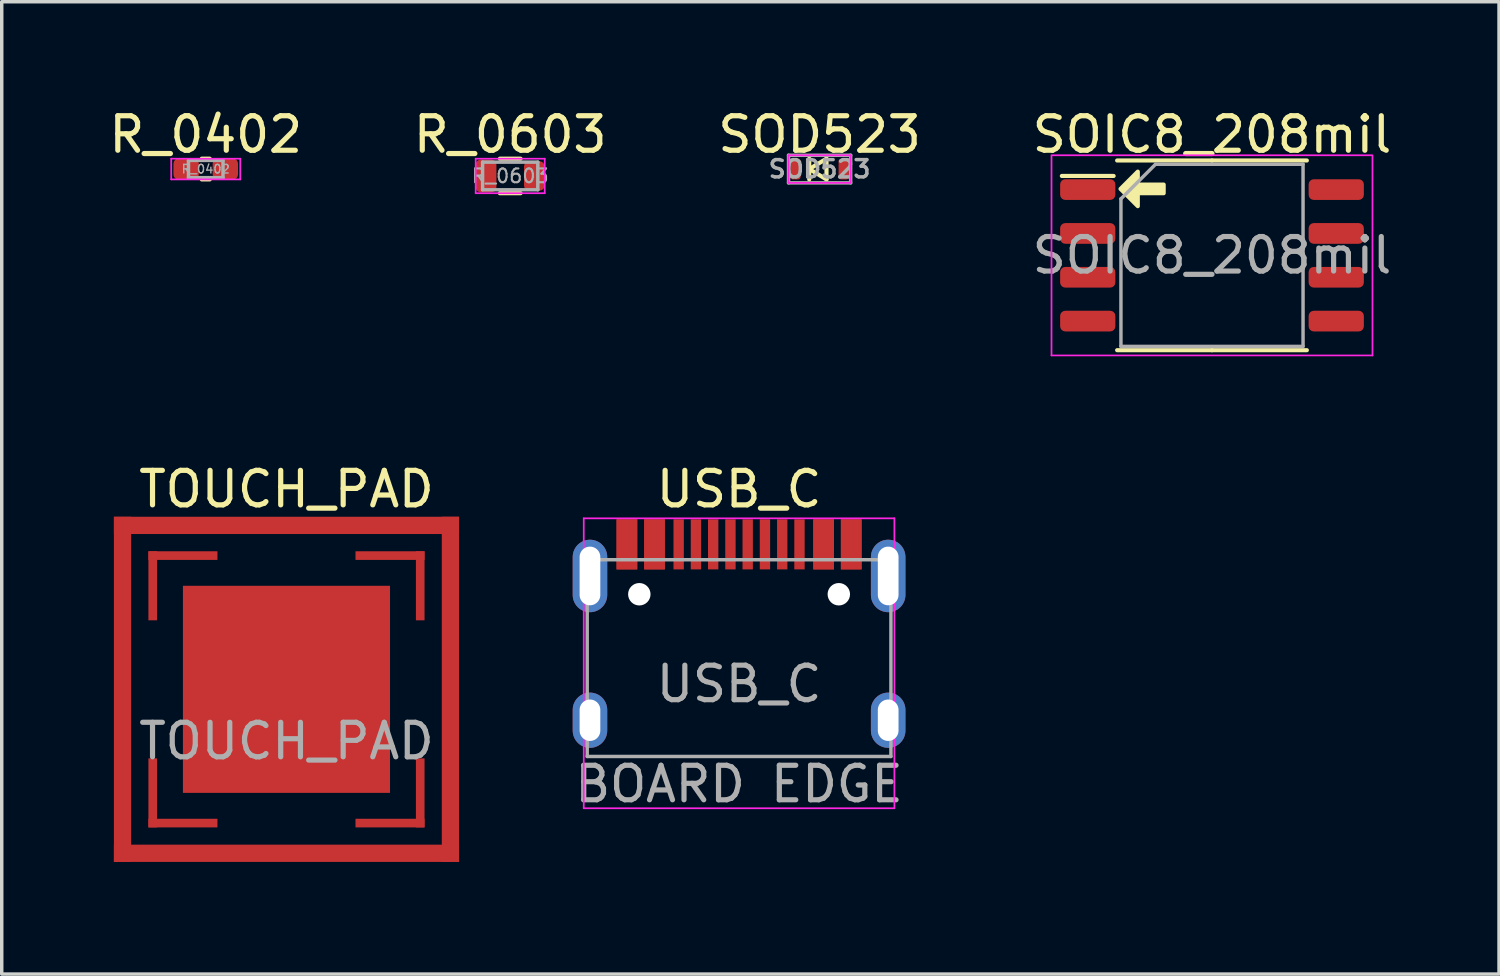
<source format=kicad_pcb>
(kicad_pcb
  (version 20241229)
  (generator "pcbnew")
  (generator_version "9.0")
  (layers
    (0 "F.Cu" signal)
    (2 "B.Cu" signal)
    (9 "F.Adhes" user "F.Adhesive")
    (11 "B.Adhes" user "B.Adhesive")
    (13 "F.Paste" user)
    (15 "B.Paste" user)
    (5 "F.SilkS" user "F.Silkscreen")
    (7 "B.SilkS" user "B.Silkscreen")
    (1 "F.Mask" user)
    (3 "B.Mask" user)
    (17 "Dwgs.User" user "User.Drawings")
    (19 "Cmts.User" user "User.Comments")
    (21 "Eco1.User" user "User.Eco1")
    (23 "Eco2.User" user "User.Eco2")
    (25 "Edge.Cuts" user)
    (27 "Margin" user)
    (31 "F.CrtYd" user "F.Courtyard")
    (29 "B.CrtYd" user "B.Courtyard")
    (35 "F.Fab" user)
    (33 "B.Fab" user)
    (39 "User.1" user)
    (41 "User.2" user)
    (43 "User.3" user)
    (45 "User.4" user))
  (footprint "R_0402"
    (layer "F.Cu")
    (at 2.911 1.848)
    (property "Reference" "R_0402" (at 0 -1 0) (unlocked yes) (layer "F.SilkS") (effects (font (size 1 1) (thickness 0.15))))
    (attr smd)
    (fp_line (start -0.116 -0.3) (end 0.116 -0.3) (stroke (width 0.12) (type solid)) (layer "F.SilkS"))
    (fp_line (start -0.116 0.3) (end 0.116 0.3) (stroke (width 0.12) (type solid)) (layer "F.SilkS"))
    (fp_line (start -1 -0.3) (end 1 -0.3) (stroke (width 0.05) (type solid)) (layer "F.CrtYd"))
    (fp_line (start -1 0.3) (end -1 -0.3) (stroke (width 0.05) (type solid)) (layer "F.CrtYd"))
    (fp_line (start 1 -0.3) (end 1 0.3) (stroke (width 0.05) (type solid)) (layer "F.CrtYd"))
    (fp_line (start 1 0.3) (end -1 0.3) (stroke (width 0.05) (type solid)) (layer "F.CrtYd"))
    (fp_line (start -0.5 -0.25) (end 0.5 -0.25) (stroke (width 0.1) (type solid)) (layer "F.Fab"))
    (fp_line (start -0.5 0.25) (end -0.5 -0.25) (stroke (width 0.1) (type solid)) (layer "F.Fab"))
    (fp_line (start 0.5 -0.25) (end 0.5 0.25) (stroke (width 0.1) (type solid)) (layer "F.Fab"))
    (fp_line (start 0.5 0.25) (end -0.5 0.25) (stroke (width 0.1) (type solid)) (layer "F.Fab"))
    (fp_text user "${REFERENCE}" (at 0 0 0) (layer "F.Fab") (effects (font (size 0.25 0.25) (thickness 0.04))))
    (pad "1" smd roundrect (at -0.568 0) (size 0.735 0.62) (layers "F.Cu" "F.Mask" "F.Paste") (roundrect_rratio 0.25))
    (pad "2" smd roundrect (at 0.568 0) (size 0.735 0.62) (layers "F.Cu" "F.Mask" "F.Paste") (roundrect_rratio 0.25)))
  (footprint "SOIC8_208mil"
    (layer "F.Cu")
    (at 32.065 4.348)
    (property "Reference" "SOIC8_208mil" (at 0 -3.5 0) (unlocked yes) (layer "F.SilkS") (effects (font (size 1 1) (thickness 0.15))))
    (attr smd)
    (fp_line (start -4.35 -2.3) (end -2.85 -2.3) (stroke (width 0.12) (type solid)) (layer "F.SilkS"))
    (fp_line (start 0 -2.748) (end -2.748 -2.748) (stroke (width 0.12) (type solid)) (layer "F.SilkS"))
    (fp_line (start 0 -2.748) (end 2.748 -2.748) (stroke (width 0.12) (type solid)) (layer "F.SilkS"))
    (fp_line (start 0 2.748) (end -2.748 2.748) (stroke (width 0.12) (type solid)) (layer "F.SilkS"))
    (fp_line (start 0 2.748) (end 2.748 2.748) (stroke (width 0.12) (type solid)) (layer "F.SilkS"))
    (fp_poly (pts (xy -2.15 -1.425) (xy -2.65 -1.925) (xy -2.15 -2.425)) (stroke (width 0.12) (type solid)) (fill yes) (layer "F.SilkS"))
    (fp_poly (pts (xy -1.4 -1.8) (xy -2.15 -1.8) (xy -2.15 -2.05) (xy -1.4 -2.05)) (stroke (width 0.12) (type solid)) (fill yes) (layer "F.SilkS"))
    (fp_line (start -4.65 -2.88) (end -4.65 2.9) (stroke (width 0.05) (type solid)) (layer "F.CrtYd"))
    (fp_line (start -4.65 2.9) (end 4.65 2.9) (stroke (width 0.05) (type solid)) (layer "F.CrtYd"))
    (fp_line (start 4.65 -2.9) (end -4.65 -2.9) (stroke (width 0.05) (type solid)) (layer "F.CrtYd"))
    (fp_line (start 4.65 2.9) (end 4.65 -2.88) (stroke (width 0.05) (type solid)) (layer "F.CrtYd"))
    (fp_line (start -2.638 -1.637) (end -1.637 -2.638) (stroke (width 0.1) (type solid)) (layer "F.Fab"))
    (fp_line (start -2.638 2.638) (end -2.638 -1.637) (stroke (width 0.1) (type solid)) (layer "F.Fab"))
    (fp_line (start -1.637 -2.638) (end 2.638 -2.638) (stroke (width 0.1) (type solid)) (layer "F.Fab"))
    (fp_line (start 2.638 -2.638) (end 2.638 2.638) (stroke (width 0.1) (type solid)) (layer "F.Fab"))
    (fp_line (start 2.638 2.638) (end -2.638 2.638) (stroke (width 0.1) (type solid)) (layer "F.Fab"))
    (fp_text user "${REFERENCE}" (at 0 0 0) (unlocked yes) (layer "F.Fab") (effects (font (size 1 1) (thickness 0.15))))
    (pad "1" smd roundrect (at -3.6 -1.905) (size 1.6 0.6) (layers "F.Cu" "F.Mask" "F.Paste") (roundrect_rratio 0.25))
    (pad "2" smd roundrect (at -3.6 -0.635) (size 1.6 0.6) (layers "F.Cu" "F.Mask" "F.Paste") (roundrect_rratio 0.25))
    (pad "3" smd roundrect (at -3.6 0.635) (size 1.6 0.6) (layers "F.Cu" "F.Mask" "F.Paste") (roundrect_rratio 0.25))
    (pad "4" smd roundrect (at -3.6 1.905) (size 1.6 0.6) (layers "F.Cu" "F.Mask" "F.Paste") (roundrect_rratio 0.25))
    (pad "5" smd roundrect (at 3.6 1.905) (size 1.6 0.6) (layers "F.Cu" "F.Mask" "F.Paste") (roundrect_rratio 0.25))
    (pad "6" smd roundrect (at 3.6 0.635) (size 1.6 0.6) (layers "F.Cu" "F.Mask" "F.Paste") (roundrect_rratio 0.25))
    (pad "7" smd roundrect (at 3.6 -0.635) (size 1.6 0.6) (layers "F.Cu" "F.Mask" "F.Paste") (roundrect_rratio 0.25))
    (pad "8" smd roundrect (at 3.6 -1.905) (size 1.6 0.6) (layers "F.Cu" "F.Mask" "F.Paste") (roundrect_rratio 0.25)))
  (footprint "TOUCH_PAD"
    (layer "F.Cu")
    (at 5.25 16.922)
    (property "Reference" "TOUCH_PAD" (at 0 -5.8 0) (unlocked yes) (layer "F.SilkS") (effects (font (size 1 1) (thickness 0.15))))
    (attr smd)
    (fp_text user "${REFERENCE}" (at 0 1.5 0) (unlocked yes) (layer "F.Fab") (effects (font (size 1 1) (thickness 0.15))))
    (pad "1" smd rect (at -4.75 0 270) (size 10 0.5) (layers "F.Cu"))
    (pad "1" smd rect (at 0 -4.75 180) (size 10 0.5) (layers "F.Cu"))
    (pad "1" smd rect (at 0 4.75) (size 10 0.5) (layers "F.Cu"))
    (pad "1" smd rect (at 4.75 0 270) (size 10 0.5) (layers "F.Cu"))
    (pad "2" smd rect (at -3.875 -3) (size 0.25 2) (layers "F.Cu"))
    (pad "2" smd rect (at -3.875 3 180) (size 0.25 2) (layers "F.Cu"))
    (pad "2" smd rect (at -3 -3.875 90) (size 0.25 2) (layers "F.Cu"))
    (pad "2" smd rect (at -3 3.875 90) (size 0.25 2) (layers "F.Cu"))
    (pad "2" smd rect (at 3 -3.875 270) (size 0.25 2) (layers "F.Cu"))
    (pad "2" smd rect (at 3 3.875 270) (size 0.25 2) (layers "F.Cu"))
    (pad "2" smd rect (at 3.875 -3) (size 0.25 2) (layers "F.Cu"))
    (pad "2" smd rect (at 3.875 3 180) (size 0.25 2) (layers "F.Cu"))
    (pad "3" smd rect (at 0 0) (size 6 6) (layers "F.Cu"))
    (zone (net_name "") (layer "F.Cu") (hatch edge 0.508) (connect_pads) (min_thickness 0.254) (filled_areas_thickness no) (keepout (tracks allowed) (vias allowed) (pads allowed) (copperpour not_allowed) (footprints allowed)) (placement (enabled no)) (fill) (polygon (pts (xy 10.5 22.172) (xy 0 22.172) (xy 0 11.671) (xy 10.5 11.671)))))
  (footprint "SOD523"
    (layer "F.Cu")
    (at 20.696 1.848)
    (property "Reference" "SOD523" (at 0 -1 0) (unlocked yes) (layer "F.SilkS") (effects (font (size 1 1) (thickness 0.15))))
    (attr smd)
    (fp_line (start -0.9 -0.4) (end -0.9 0.4) (stroke (width 0.06) (type solid)) (layer "F.SilkS"))
    (fp_line (start -0.9 0.4) (end 0.5 0.4) (stroke (width 0.06) (type solid)) (layer "F.SilkS"))
    (fp_line (start -0.3 -0.3) (end -0.3 0.3) (stroke (width 0.12) (type solid)) (layer "F.SilkS"))
    (fp_line (start -0.3 0) (end 0.2 -0.3) (stroke (width 0.12) (type solid)) (layer "F.SilkS"))
    (fp_line (start 0.2 -0.3) (end 0.2 0.3) (stroke (width 0.12) (type solid)) (layer "F.SilkS"))
    (fp_line (start 0.2 0.3) (end -0.3 0) (stroke (width 0.12) (type solid)) (layer "F.SilkS"))
    (fp_line (start 0.5 -0.4) (end -0.9 -0.4) (stroke (width 0.06) (type solid)) (layer "F.SilkS"))
    (fp_line (start -0.9 -0.4) (end 0.9 -0.4) (stroke (width 0.05) (type solid)) (layer "F.CrtYd"))
    (fp_line (start -0.9 0.4) (end -0.9 -0.4) (stroke (width 0.05) (type solid)) (layer "F.CrtYd"))
    (fp_line (start 0.9 -0.4) (end 0.9 0.4) (stroke (width 0.05) (type solid)) (layer "F.CrtYd"))
    (fp_line (start 0.9 0.4) (end -0.9 0.4) (stroke (width 0.05) (type solid)) (layer "F.CrtYd"))
    (fp_line (start -0.9 -0.4) (end 0.9 -0.4) (stroke (width 0.1) (type solid)) (layer "F.Fab"))
    (fp_line (start -0.9 0.4) (end -0.9 -0.4) (stroke (width 0.1) (type solid)) (layer "F.Fab"))
    (fp_line (start 0.9 -0.4) (end 0.9 0.4) (stroke (width 0.1) (type solid)) (layer "F.Fab"))
    (fp_line (start 0.9 0.4) (end -0.9 0.4) (stroke (width 0.1) (type solid)) (layer "F.Fab"))
    (fp_text user "${REFERENCE}" (at 0 0 0) (unlocked yes) (layer "F.Fab") (effects (font (size 0.5 0.5) (thickness 0.1))))
    (pad "1" smd roundrect (at -0.7 0) (size 0.3 0.6) (layers "F.Cu" "F.Mask" "F.Paste") (roundrect_rratio 0.25))
    (pad "2" smd roundrect (at 0.7 0) (size 0.3 0.6) (layers "F.Cu" "F.Mask" "F.Paste") (roundrect_rratio 0.25)))
  (footprint "R_0603"
    (layer "F.Cu")
    (at 11.732 2.048)
    (property "Reference" "R_0603" (at 0 -1.2 0) (unlocked yes) (layer "F.SilkS") (effects (font (size 1 1) (thickness 0.15))))
    (attr smd)
    (fp_line (start -0.3 -0.5) (end 0.3 -0.5) (stroke (width 0.12) (type solid)) (layer "F.SilkS"))
    (fp_line (start -0.3 0.5) (end 0.3 0.5) (stroke (width 0.12) (type solid)) (layer "F.SilkS"))
    (fp_line (start -1 -0.5) (end 1 -0.5) (stroke (width 0.05) (type solid)) (layer "F.CrtYd"))
    (fp_line (start -1 0.5) (end -1 -0.5) (stroke (width 0.05) (type solid)) (layer "F.CrtYd"))
    (fp_line (start 1 -0.5) (end 1 0.5) (stroke (width 0.05) (type solid)) (layer "F.CrtYd"))
    (fp_line (start 1 0.5) (end -1 0.5) (stroke (width 0.05) (type solid)) (layer "F.CrtYd"))
    (fp_line (start -0.8 -0.4) (end 0.8 -0.4) (stroke (width 0.1) (type solid)) (layer "F.Fab"))
    (fp_line (start -0.8 0.4) (end -0.8 -0.4) (stroke (width 0.1) (type solid)) (layer "F.Fab"))
    (fp_line (start 0.8 -0.4) (end 0.8 0.4) (stroke (width 0.1) (type solid)) (layer "F.Fab"))
    (fp_line (start 0.8 0.4) (end -0.8 0.4) (stroke (width 0.1) (type solid)) (layer "F.Fab"))
    (fp_text user "${REFERENCE}" (at 0 0 0) (layer "F.Fab") (effects (font (size 0.4 0.4) (thickness 0.06))))
    (pad "1" smd roundrect (at -0.7 0) (size 0.6 0.95) (layers "F.Cu" "F.Mask" "F.Paste") (roundrect_rratio 0.25))
    (pad "2" smd roundrect (at 0.7 0) (size 0.6 0.85) (layers "F.Cu" "F.Mask" "F.Paste") (roundrect_rratio 0.25)))
  (footprint "USB_C"
    (layer "F.Cu")
    (at 18.363 16.767)
    (property "Reference" "USB_C" (at 0 -5.645 0) (layer "F.SilkS") (effects (font (size 1 1) (thickness 0.15))))
    (attr smd)
    (fp_line (start -4.5 -4.8) (end -4.5 3.6) (stroke (width 0.05) (type solid)) (layer "F.CrtYd"))
    (fp_line (start -4.5 -4.8) (end 4.5 -4.8) (stroke (width 0.05) (type solid)) (layer "F.CrtYd"))
    (fp_line (start -4.5 3.6) (end 4.5 3.6) (stroke (width 0.05) (type solid)) (layer "F.CrtYd"))
    (fp_line (start 4.5 -4.8) (end 4.5 3.6) (stroke (width 0.05) (type solid)) (layer "F.CrtYd"))
    (fp_line (start -4.4 -3.6) (end -4.4 2.1) (stroke (width 0.1) (type solid)) (layer "F.Fab"))
    (fp_line (start -4.4 -3.6) (end 4.4 -3.6) (stroke (width 0.1) (type solid)) (layer "F.Fab"))
    (fp_line (start -4.4 2.1) (end 4.4 2.1) (stroke (width 0.1) (type solid)) (layer "F.Fab"))
    (fp_line (start 4.4 -3.6) (end 4.4 2.1) (stroke (width 0.1) (type solid)) (layer "F.Fab"))
    (fp_text user "BOARD EDGE" (at 0 2.9 0) (unlocked yes) (layer "F.Fab") (effects (font (size 1 1) (thickness 0.15))))
    (fp_text user "${REFERENCE}" (at 0 0 0) (layer "F.Fab") (effects (font (size 1 1) (thickness 0.15))))
    (pad "" np_thru_hole circle (at -2.89 -2.6) (size 0.65 0.65) (drill 0.65) (layers "*.Cu" "*.Mask"))
    (pad "" np_thru_hole circle (at 2.89 -2.6) (size 0.65 0.65) (drill 0.65) (layers "*.Cu" "*.Mask"))
    (pad "A1" smd rect (at -3.25 -4.045) (size 0.6 1.45) (layers "F.Cu" "F.Mask" "F.Paste"))
    (pad "A4" smd rect (at -2.45 -4.045) (size 0.6 1.45) (layers "F.Cu" "F.Mask" "F.Paste"))
    (pad "A5" smd rect (at -1.25 -4.045) (size 0.3 1.45) (layers "F.Cu" "F.Mask" "F.Paste"))
    (pad "A6" smd rect (at -0.25 -4.045) (size 0.3 1.45) (layers "F.Cu" "F.Mask" "F.Paste"))
    (pad "A7" smd rect (at 0.25 -4.045) (size 0.3 1.45) (layers "F.Cu" "F.Mask" "F.Paste"))
    (pad "A8" smd rect (at 1.25 -4.045) (size 0.3 1.45) (layers "F.Cu" "F.Mask" "F.Paste"))
    (pad "A9" smd rect (at 2.45 -4.045) (size 0.6 1.45) (layers "F.Cu" "F.Mask" "F.Paste"))
    (pad "A12" smd rect (at 3.25 -4.045) (size 0.6 1.45) (layers "F.Cu" "F.Mask" "F.Paste"))
    (pad "B1" smd rect (at 3.25 -4.045) (size 0.6 1.45) (layers "F.Cu" "F.Mask" "F.Paste"))
    (pad "B4" smd rect (at 2.45 -4.045) (size 0.6 1.45) (layers "F.Cu" "F.Mask" "F.Paste"))
    (pad "B5" smd rect (at 1.75 -4.045) (size 0.3 1.45) (layers "F.Cu" "F.Mask" "F.Paste"))
    (pad "B6" smd rect (at 0.75 -4.045) (size 0.3 1.45) (layers "F.Cu" "F.Mask" "F.Paste"))
    (pad "B7" smd rect (at -0.75 -4.045) (size 0.3 1.45) (layers "F.Cu" "F.Mask" "F.Paste"))
    (pad "B8" smd rect (at -1.75 -4.045) (size 0.3 1.45) (layers "F.Cu" "F.Mask" "F.Paste"))
    (pad "B9" smd rect (at -2.45 -4.045) (size 0.6 1.45) (layers "F.Cu" "F.Mask" "F.Paste"))
    (pad "B12" smd rect (at -3.25 -4.045) (size 0.6 1.45) (layers "F.Cu" "F.Mask" "F.Paste"))
    (pad "S1" thru_hole oval (at -4.32 -3.13) (size 1 2.1) (drill oval 0.6 1.7) (layers "*.Cu" "*.Mask"))
    (pad "S1" thru_hole oval (at -4.32 1.05) (size 1 1.6) (drill oval 0.6 1.2) (layers "*.Cu" "*.Mask"))
    (pad "S1" thru_hole oval (at 4.32 -3.13) (size 1 2.1) (drill oval 0.6 1.7) (layers "*.Cu" "*.Mask"))
    (pad "S1" thru_hole oval (at 4.32 1.05) (size 1 1.6) (drill oval 0.6 1.2) (layers "*.Cu" "*.Mask")))
  (gr_rect
    (start -3 -3)
    (end 40.381 25.172)
    (stroke (width 0.1) (type default))
    (fill no)
    (layer "Edge.Cuts")))
</source>
